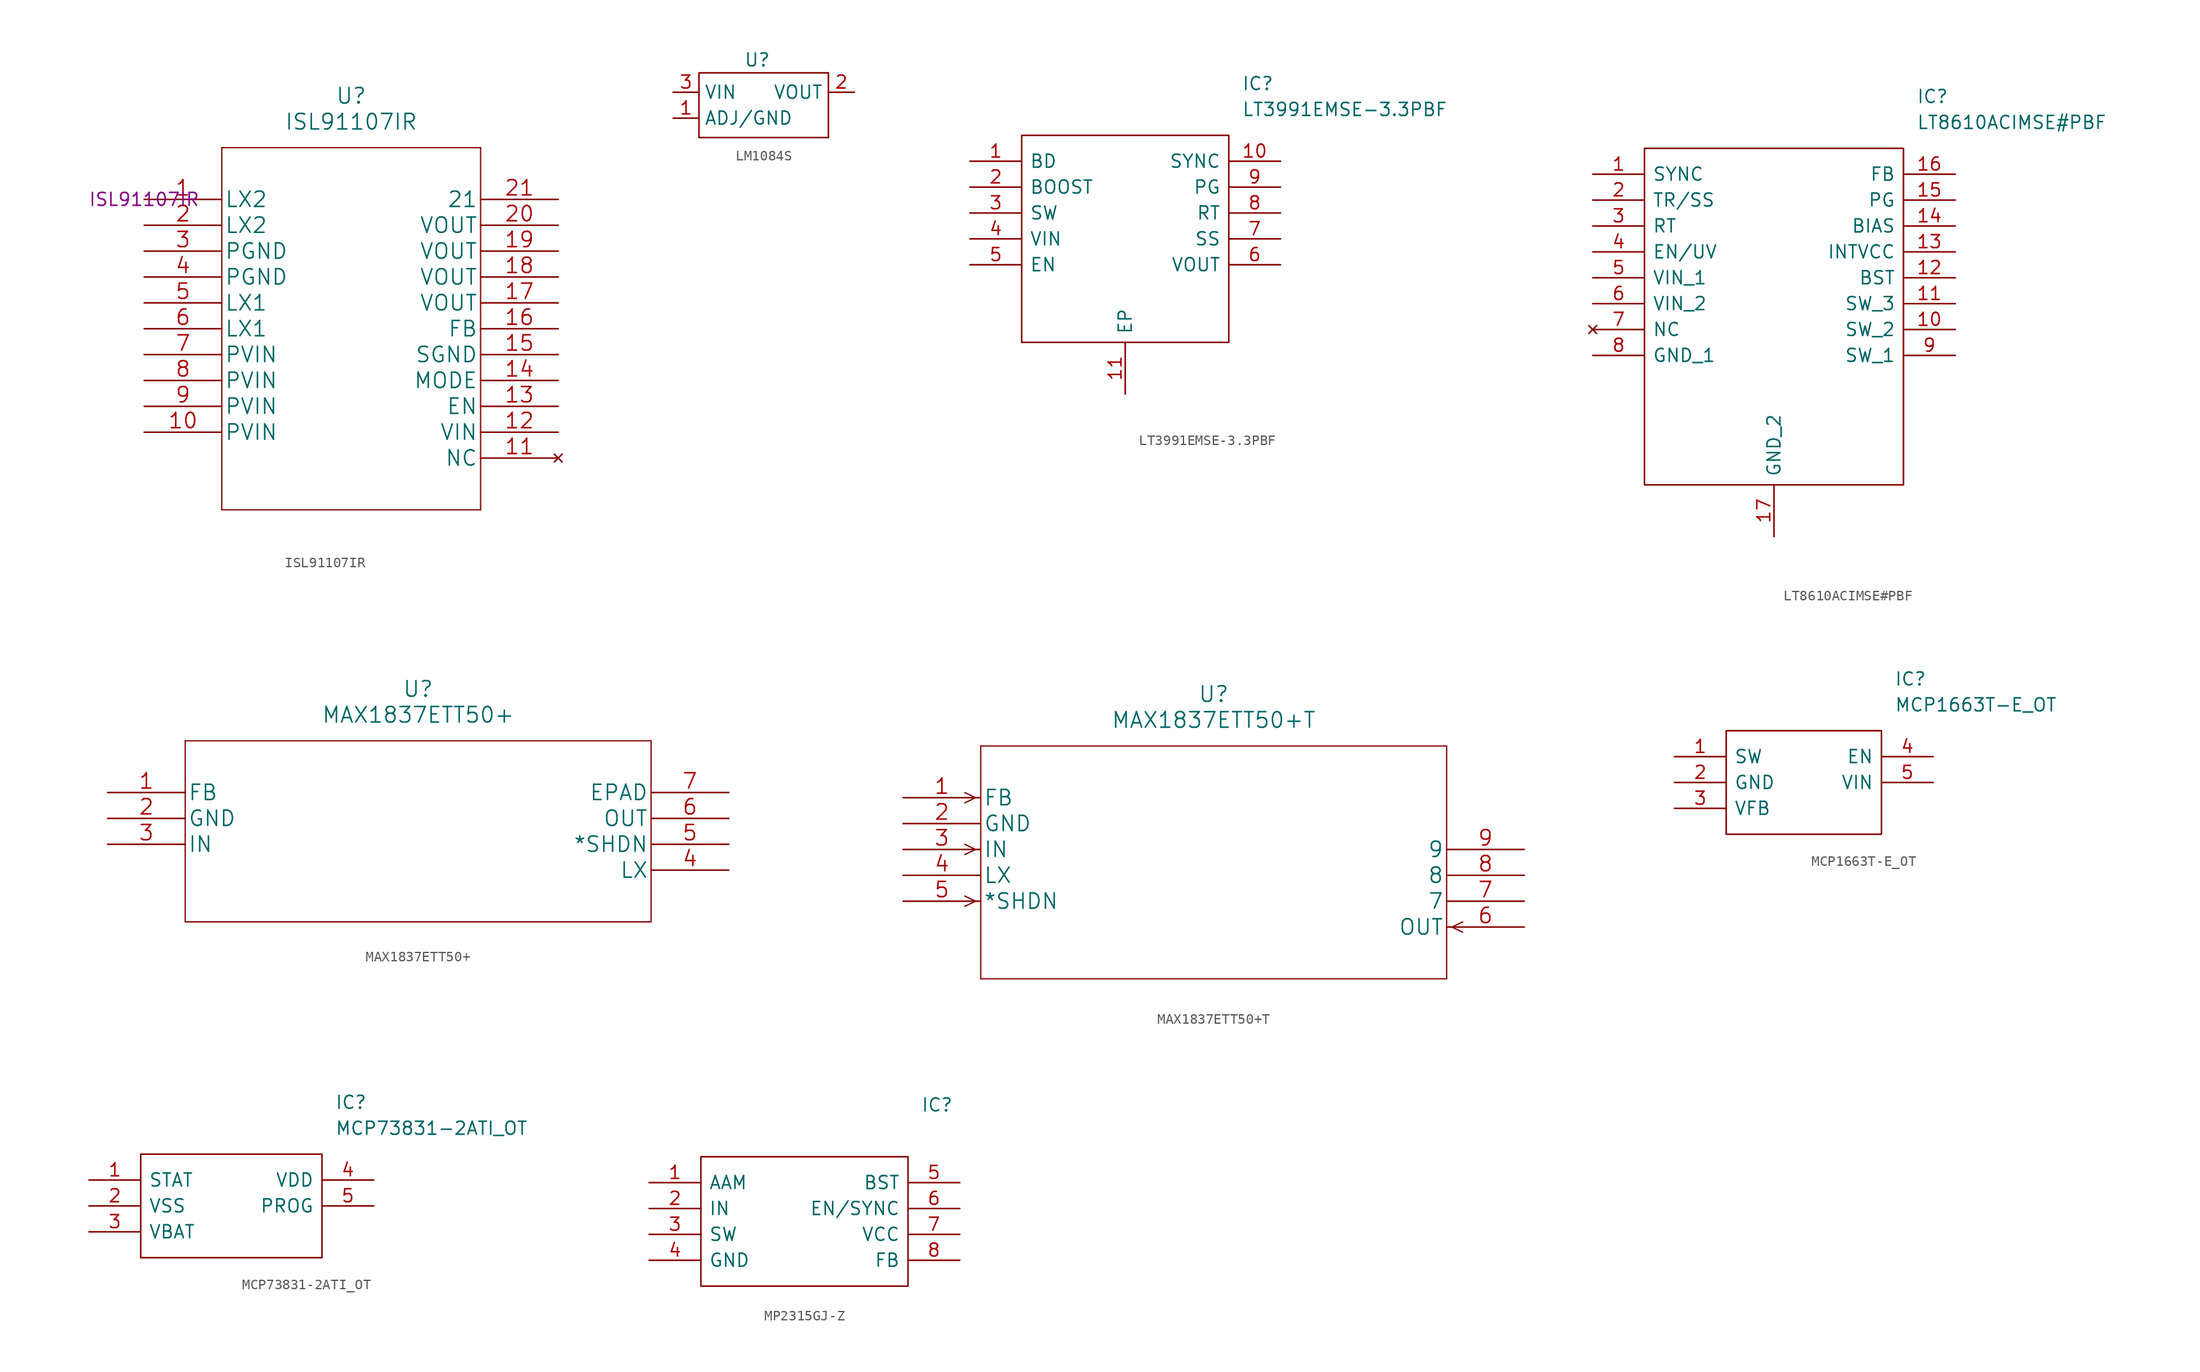
<source format=kicad_sym>
(kicad_symbol_lib
  (version 20220914)
  (generator kicad_symbol_editor)
  (symbol "ISL91107IR"
    (pin_names
      (offset 0.254))
    (property "Reference" "U"
      (at 20.32 10.16 0)
      (effects (font (size 1.524 1.524))))
    (property "Value" "ISL91107IR"
      (at 20.32 7.62 0)
      (effects (font (size 1.524 1.524))))
    (property "Datasheet" ""
      (at 0 0 0)
      (effects (font (size 1.524 1.524))))
    (property "MPN" "ISL91107IR"
      (at 0 0 0)
      (effects (font (size 1.27 1.27))))
    (symbol "ISL91107IR_1_1"
      (polyline (pts (xy 7.62 -30.48) (xy 33.02 -30.48)) (stroke (width 0.127) (type default)) (fill (type none)))
      (polyline (pts (xy 7.62 5.08) (xy 7.62 -30.48)) (stroke (width 0.127) (type default)) (fill (type none)))
      (polyline (pts (xy 33.02 -30.48) (xy 33.02 5.08)) (stroke (width 0.127) (type default)) (fill (type none)))
      (polyline (pts (xy 33.02 5.08) (xy 7.62 5.08)) (stroke (width 0.127) (type default)) (fill (type none)))
      (pin output line (at 0 0 0) (length 7.62) (name "LX2" (effects (font (size 1.499 1.499)))) (number "1" (effects (font (size 1.499 1.499)))))
      (pin input line (at 0 -22.86 0) (length 7.62) (name "PVIN" (effects (font (size 1.499 1.499)))) (number "10" (effects (font (size 1.499 1.499)))))
      (pin no_connect line (at 40.64 -25.4 180) (length 7.62) (name "NC" (effects (font (size 1.499 1.499)))) (number "11" (effects (font (size 1.499 1.499)))))
      (pin input line (at 40.64 -22.86 180) (length 7.62) (name "VIN" (effects (font (size 1.499 1.499)))) (number "12" (effects (font (size 1.499 1.499)))))
      (pin input line (at 40.64 -20.32 180) (length 7.62) (name "EN" (effects (font (size 1.499 1.499)))) (number "13" (effects (font (size 1.499 1.499)))))
      (pin input line (at 40.64 -17.78 180) (length 7.62) (name "MODE" (effects (font (size 1.499 1.499)))) (number "14" (effects (font (size 1.499 1.499)))))
      (pin power_in line (at 40.64 -15.24 180) (length 7.62) (name "SGND" (effects (font (size 1.499 1.499)))) (number "15" (effects (font (size 1.499 1.499)))))
      (pin unspecified line (at 40.64 -12.7 180) (length 7.62) (name "FB" (effects (font (size 1.499 1.499)))) (number "16" (effects (font (size 1.499 1.499)))))
      (pin output line (at 40.64 -10.16 180) (length 7.62) (name "VOUT" (effects (font (size 1.499 1.499)))) (number "17" (effects (font (size 1.499 1.499)))))
      (pin output line (at 40.64 -7.62 180) (length 7.62) (name "VOUT" (effects (font (size 1.499 1.499)))) (number "18" (effects (font (size 1.499 1.499)))))
      (pin output line (at 40.64 -5.08 180) (length 7.62) (name "VOUT" (effects (font (size 1.499 1.499)))) (number "19" (effects (font (size 1.499 1.499)))))
      (pin output line (at 0 -2.54 0) (length 7.62) (name "LX2" (effects (font (size 1.499 1.499)))) (number "2" (effects (font (size 1.499 1.499)))))
      (pin output line (at 40.64 -2.54 180) (length 7.62) (name "VOUT" (effects (font (size 1.499 1.499)))) (number "20" (effects (font (size 1.499 1.499)))))
      (pin unspecified line (at 40.64 0 180) (length 7.62) (name "21" (effects (font (size 1.499 1.499)))) (number "21" (effects (font (size 1.499 1.499)))))
      (pin power_in line (at 0 -5.08 0) (length 7.62) (name "PGND" (effects (font (size 1.499 1.499)))) (number "3" (effects (font (size 1.499 1.499)))))
      (pin power_in line (at 0 -7.62 0) (length 7.62) (name "PGND" (effects (font (size 1.499 1.499)))) (number "4" (effects (font (size 1.499 1.499)))))
      (pin input line (at 0 -10.16 0) (length 7.62) (name "LX1" (effects (font (size 1.499 1.499)))) (number "5" (effects (font (size 1.499 1.499)))))
      (pin input line (at 0 -12.7 0) (length 7.62) (name "LX1" (effects (font (size 1.499 1.499)))) (number "6" (effects (font (size 1.499 1.499)))))
      (pin input line (at 0 -15.24 0) (length 7.62) (name "PVIN" (effects (font (size 1.499 1.499)))) (number "7" (effects (font (size 1.499 1.499)))))
      (pin input line (at 0 -17.78 0) (length 7.62) (name "PVIN" (effects (font (size 1.499 1.499)))) (number "8" (effects (font (size 1.499 1.499)))))
      (pin input line (at 0 -20.32 0) (length 7.62) (name "PVIN" (effects (font (size 1.499 1.499)))) (number "9" (effects (font (size 1.499 1.499)))))))
  (symbol "LM1084S"
    (property "Reference" "U"
      (at -0.635 3.175 0)
      (effects (font (size 1.27 1.27))))
    (property "Value" ""
      (at -1.27 0 0)
      (effects (font (size 1.27 1.27))))
    (symbol "LM1084S_0_1"
      (rectangle (start -6.35 1.905) (end 6.35 -4.445) (stroke (width 0) (type default)) (fill (type none))))
    (symbol "LM1084S_1_0"
      (pin input line (at -8.89 0 0) (length 2.54) (name "VIN" (effects (font (size 1.27 1.27)))) (number "3" (effects (font (size 1.27 1.27))))))
    (symbol "LM1084S_1_1"
      (pin input line (at -8.89 -2.54 0) (length 2.54) (name "ADJ/GND" (effects (font (size 1.27 1.27)))) (number "1" (effects (font (size 1.27 1.27)))))
      (pin output line (at 8.89 0 180) (length 2.54) (name "VOUT" (effects (font (size 1.27 1.27)))) (number "2" (effects (font (size 1.27 1.27)))))))
  (symbol "LT3991EMSE-3.3PBF"
    (pin_names
      (offset 0.762))
    (property "Reference" "IC"
      (at 26.67 7.62 0)
      (effects (font (size 1.27 1.27)) (justify left)))
    (property "Value" "LT3991EMSE-3.3PBF"
      (at 26.67 5.08 0)
      (effects (font (size 1.27 1.27)) (justify left)))
    (symbol "LT3991EMSE-3.3PBF_0_0"
      (pin passive line (at 0 0 0) (length 5.08) (name "BD" (effects (font (size 1.27 1.27)))) (number "1" (effects (font (size 1.27 1.27)))))
      (pin passive line (at 30.48 0 180) (length 5.08) (name "SYNC" (effects (font (size 1.27 1.27)))) (number "10" (effects (font (size 1.27 1.27)))))
      (pin passive line (at 15.24 -22.86 90) (length 5.08) (name "EP" (effects (font (size 1.27 1.27)))) (number "11" (effects (font (size 1.27 1.27)))))
      (pin passive line (at 0 -2.54 0) (length 5.08) (name "BOOST" (effects (font (size 1.27 1.27)))) (number "2" (effects (font (size 1.27 1.27)))))
      (pin passive line (at 0 -5.08 0) (length 5.08) (name "SW" (effects (font (size 1.27 1.27)))) (number "3" (effects (font (size 1.27 1.27)))))
      (pin passive line (at 0 -7.62 0) (length 5.08) (name "VIN" (effects (font (size 1.27 1.27)))) (number "4" (effects (font (size 1.27 1.27)))))
      (pin passive line (at 0 -10.16 0) (length 5.08) (name "EN" (effects (font (size 1.27 1.27)))) (number "5" (effects (font (size 1.27 1.27)))))
      (pin passive line (at 30.48 -10.16 180) (length 5.08) (name "VOUT" (effects (font (size 1.27 1.27)))) (number "6" (effects (font (size 1.27 1.27)))))
      (pin passive line (at 30.48 -7.62 180) (length 5.08) (name "SS" (effects (font (size 1.27 1.27)))) (number "7" (effects (font (size 1.27 1.27)))))
      (pin passive line (at 30.48 -5.08 180) (length 5.08) (name "RT" (effects (font (size 1.27 1.27)))) (number "8" (effects (font (size 1.27 1.27)))))
      (pin passive line (at 30.48 -2.54 180) (length 5.08) (name "PG" (effects (font (size 1.27 1.27)))) (number "9" (effects (font (size 1.27 1.27))))))
    (symbol "LT3991EMSE-3.3PBF_0_1"
      (polyline (pts (xy 5.08 2.54) (xy 25.4 2.54) (xy 25.4 -17.78) (xy 5.08 -17.78) (xy 5.08 2.54)) (stroke (width 0.152) (type default)) (fill (type none)))))
  (symbol "LT8610ACIMSE#PBF"
    (pin_names
      (offset 0.762))
    (property "Reference" "IC"
      (at 31.75 7.62 0)
      (effects (font (size 1.27 1.27)) (justify left)))
    (property "Value" "LT8610ACIMSE#PBF"
      (at 31.75 5.08 0)
      (effects (font (size 1.27 1.27)) (justify left)))
    (symbol "LT8610ACIMSE#PBF_0_0"
      (pin passive line (at 0 0 0) (length 5.08) (name "SYNC" (effects (font (size 1.27 1.27)))) (number "1" (effects (font (size 1.27 1.27)))))
      (pin passive line (at 35.56 -15.24 180) (length 5.08) (name "SW_2" (effects (font (size 1.27 1.27)))) (number "10" (effects (font (size 1.27 1.27)))))
      (pin passive line (at 35.56 -12.7 180) (length 5.08) (name "SW_3" (effects (font (size 1.27 1.27)))) (number "11" (effects (font (size 1.27 1.27)))))
      (pin passive line (at 35.56 -10.16 180) (length 5.08) (name "BST" (effects (font (size 1.27 1.27)))) (number "12" (effects (font (size 1.27 1.27)))))
      (pin passive line (at 35.56 -7.62 180) (length 5.08) (name "INTVCC" (effects (font (size 1.27 1.27)))) (number "13" (effects (font (size 1.27 1.27)))))
      (pin passive line (at 35.56 -5.08 180) (length 5.08) (name "BIAS" (effects (font (size 1.27 1.27)))) (number "14" (effects (font (size 1.27 1.27)))))
      (pin passive line (at 35.56 -2.54 180) (length 5.08) (name "PG" (effects (font (size 1.27 1.27)))) (number "15" (effects (font (size 1.27 1.27)))))
      (pin passive line (at 35.56 0 180) (length 5.08) (name "FB" (effects (font (size 1.27 1.27)))) (number "16" (effects (font (size 1.27 1.27)))))
      (pin passive line (at 17.78 -35.56 90) (length 5.08) (name "GND_2" (effects (font (size 1.27 1.27)))) (number "17" (effects (font (size 1.27 1.27)))))
      (pin passive line (at 0 -2.54 0) (length 5.08) (name "TR/SS" (effects (font (size 1.27 1.27)))) (number "2" (effects (font (size 1.27 1.27)))))
      (pin passive line (at 0 -5.08 0) (length 5.08) (name "RT" (effects (font (size 1.27 1.27)))) (number "3" (effects (font (size 1.27 1.27)))))
      (pin passive line (at 0 -7.62 0) (length 5.08) (name "EN/UV" (effects (font (size 1.27 1.27)))) (number "4" (effects (font (size 1.27 1.27)))))
      (pin passive line (at 0 -10.16 0) (length 5.08) (name "VIN_1" (effects (font (size 1.27 1.27)))) (number "5" (effects (font (size 1.27 1.27)))))
      (pin passive line (at 0 -12.7 0) (length 5.08) (name "VIN_2" (effects (font (size 1.27 1.27)))) (number "6" (effects (font (size 1.27 1.27)))))
      (pin no_connect line (at 0 -15.24 0) (length 5.08) (name "NC" (effects (font (size 1.27 1.27)))) (number "7" (effects (font (size 1.27 1.27)))))
      (pin passive line (at 0 -17.78 0) (length 5.08) (name "GND_1" (effects (font (size 1.27 1.27)))) (number "8" (effects (font (size 1.27 1.27)))))
      (pin passive line (at 35.56 -17.78 180) (length 5.08) (name "SW_1" (effects (font (size 1.27 1.27)))) (number "9" (effects (font (size 1.27 1.27))))))
    (symbol "LT8610ACIMSE#PBF_0_1"
      (polyline (pts (xy 5.08 2.54) (xy 30.48 2.54) (xy 30.48 -30.48) (xy 5.08 -30.48) (xy 5.08 2.54)) (stroke (width 0.152) (type default)) (fill (type none)))))
  (symbol "MAX1837ETT50+"
    (pin_names
      (offset 0.254))
    (property "Reference" "U"
      (at 30.48 10.16 0)
      (effects (font (size 1.524 1.524))))
    (property "Value" "MAX1837ETT50+"
      (at 30.48 7.62 0)
      (effects (font (size 1.524 1.524))))
    (property "Datasheet" ""
      (at 0 0 0)
      (effects (font (size 1.524 1.524))))
    (symbol "MAX1837ETT50+_1_1"
      (polyline (pts (xy 7.62 -12.7) (xy 53.34 -12.7)) (stroke (width 0.127) (type default)) (fill (type none)))
      (polyline (pts (xy 7.62 5.08) (xy 7.62 -12.7)) (stroke (width 0.127) (type default)) (fill (type none)))
      (polyline (pts (xy 53.34 -12.7) (xy 53.34 5.08)) (stroke (width 0.127) (type default)) (fill (type none)))
      (polyline (pts (xy 53.34 5.08) (xy 7.62 5.08)) (stroke (width 0.127) (type default)) (fill (type none)))
      (pin bidirectional line (at 0 0 0) (length 7.62) (name "FB" (effects (font (size 1.499 1.499)))) (number "1" (effects (font (size 1.499 1.499)))))
      (pin power_in line (at 0 -2.54 0) (length 7.62) (name "GND" (effects (font (size 1.499 1.499)))) (number "2" (effects (font (size 1.499 1.499)))))
      (pin input line (at 0 -5.08 0) (length 7.62) (name "IN" (effects (font (size 1.499 1.499)))) (number "3" (effects (font (size 1.499 1.499)))))
      (pin bidirectional line (at 60.96 -7.62 180) (length 7.62) (name "LX" (effects (font (size 1.499 1.499)))) (number "4" (effects (font (size 1.499 1.499)))))
      (pin bidirectional line (at 60.96 -5.08 180) (length 7.62) (name "*SHDN" (effects (font (size 1.499 1.499)))) (number "5" (effects (font (size 1.499 1.499)))))
      (pin output line (at 60.96 -2.54 180) (length 7.62) (name "OUT" (effects (font (size 1.499 1.499)))) (number "6" (effects (font (size 1.499 1.499)))))
      (pin unspecified line (at 60.96 0 180) (length 7.62) (name "EPAD" (effects (font (size 1.499 1.499)))) (number "7" (effects (font (size 1.499 1.499)))))))
  (symbol "MAX1837ETT50+T"
    (pin_names
      (offset 0.254))
    (property "Reference" "U"
      (at 30.48 10.16 0)
      (effects (font (size 1.524 1.524))))
    (property "Value" "MAX1837ETT50+T"
      (at 30.48 7.62 0)
      (effects (font (size 1.524 1.524))))
    (property "Datasheet" ""
      (at 0 0 0)
      (effects (font (size 1.524 1.524))))
    (symbol "MAX1837ETT50+T_1_1"
      (polyline (pts (xy 7.112 -10.16) (xy 6.045 -10.668)) (stroke (width 0.127) (type default)) (fill (type none)))
      (polyline (pts (xy 7.112 -10.16) (xy 6.045 -9.652)) (stroke (width 0.127) (type default)) (fill (type none)))
      (polyline (pts (xy 7.112 -5.08) (xy 6.045 -5.588)) (stroke (width 0.127) (type default)) (fill (type none)))
      (polyline (pts (xy 7.112 -5.08) (xy 6.045 -4.572)) (stroke (width 0.127) (type default)) (fill (type none)))
      (polyline (pts (xy 7.112 0) (xy 6.045 -0.508)) (stroke (width 0.127) (type default)) (fill (type none)))
      (polyline (pts (xy 7.112 0) (xy 6.045 0.508)) (stroke (width 0.127) (type default)) (fill (type none)))
      (polyline (pts (xy 7.62 -17.78) (xy 53.34 -17.78)) (stroke (width 0.127) (type default)) (fill (type none)))
      (polyline (pts (xy 7.62 5.08) (xy 7.62 -17.78)) (stroke (width 0.127) (type default)) (fill (type none)))
      (polyline (pts (xy 53.34 -17.78) (xy 53.34 5.08)) (stroke (width 0.127) (type default)) (fill (type none)))
      (polyline (pts (xy 53.34 5.08) (xy 7.62 5.08)) (stroke (width 0.127) (type default)) (fill (type none)))
      (polyline (pts (xy 53.848 -12.7) (xy 54.915 -13.208)) (stroke (width 0.127) (type default)) (fill (type none)))
      (polyline (pts (xy 53.848 -12.7) (xy 54.915 -12.192)) (stroke (width 0.127) (type default)) (fill (type none)))
      (pin input line (at 0 0 0) (length 7.62) (name "FB" (effects (font (size 1.499 1.499)))) (number "1" (effects (font (size 1.499 1.499)))))
      (pin power_in line (at 0 -2.54 0) (length 7.62) (name "GND" (effects (font (size 1.499 1.499)))) (number "2" (effects (font (size 1.499 1.499)))))
      (pin input line (at 0 -5.08 0) (length 7.62) (name "IN" (effects (font (size 1.499 1.499)))) (number "3" (effects (font (size 1.499 1.499)))))
      (pin unspecified line (at 0 -7.62 0) (length 7.62) (name "LX" (effects (font (size 1.499 1.499)))) (number "4" (effects (font (size 1.499 1.499)))))
      (pin input line (at 0 -10.16 0) (length 7.62) (name "*SHDN" (effects (font (size 1.499 1.499)))) (number "5" (effects (font (size 1.499 1.499)))))
      (pin input line (at 60.96 -12.7 180) (length 7.62) (name "OUT" (effects (font (size 1.499 1.499)))) (number "6" (effects (font (size 1.499 1.499)))))
      (pin unspecified line (at 60.96 -10.16 180) (length 7.62) (name "7" (effects (font (size 1.499 1.499)))) (number "7" (effects (font (size 1.499 1.499)))))
      (pin unspecified line (at 60.96 -7.62 180) (length 7.62) (name "8" (effects (font (size 1.499 1.499)))) (number "8" (effects (font (size 1.499 1.499)))))
      (pin unspecified line (at 60.96 -5.08 180) (length 7.62) (name "9" (effects (font (size 1.499 1.499)))) (number "9" (effects (font (size 1.499 1.499)))))))
  (symbol "MCP1663T-E_OT"
    (pin_names
      (offset 0.762))
    (property "Reference" "IC"
      (at 21.59 7.62 0)
      (effects (font (size 1.27 1.27)) (justify left)))
    (property "Value" "MCP1663T-E_OT"
      (at 21.59 5.08 0)
      (effects (font (size 1.27 1.27)) (justify left)))
    (symbol "MCP1663T-E_OT_0_0"
      (pin passive line (at 0 0 0) (length 5.08) (name "SW" (effects (font (size 1.27 1.27)))) (number "1" (effects (font (size 1.27 1.27)))))
      (pin passive line (at 0 -2.54 0) (length 5.08) (name "GND" (effects (font (size 1.27 1.27)))) (number "2" (effects (font (size 1.27 1.27)))))
      (pin passive line (at 0 -5.08 0) (length 5.08) (name "VFB" (effects (font (size 1.27 1.27)))) (number "3" (effects (font (size 1.27 1.27)))))
      (pin passive line (at 25.4 0 180) (length 5.08) (name "EN" (effects (font (size 1.27 1.27)))) (number "4" (effects (font (size 1.27 1.27)))))
      (pin passive line (at 25.4 -2.54 180) (length 5.08) (name "VIN" (effects (font (size 1.27 1.27)))) (number "5" (effects (font (size 1.27 1.27))))))
    (symbol "MCP1663T-E_OT_0_1"
      (polyline (pts (xy 5.08 2.54) (xy 20.32 2.54) (xy 20.32 -7.62) (xy 5.08 -7.62) (xy 5.08 2.54)) (stroke (width 0.152) (type solid)) (fill (type none)))))
  (symbol "MCP73831-2ATI_OT"
    (pin_names
      (offset 0.762))
    (property "Reference" "IC"
      (at 24.13 7.62 0)
      (effects (font (size 1.27 1.27)) (justify left)))
    (property "Value" "MCP73831-2ATI_OT"
      (at 24.13 5.08 0)
      (effects (font (size 1.27 1.27)) (justify left)))
    (symbol "MCP73831-2ATI_OT_0_0"
      (pin passive line (at 0 0 0) (length 5.08) (name "STAT" (effects (font (size 1.27 1.27)))) (number "1" (effects (font (size 1.27 1.27)))))
      (pin passive line (at 0 -2.54 0) (length 5.08) (name "VSS" (effects (font (size 1.27 1.27)))) (number "2" (effects (font (size 1.27 1.27)))))
      (pin passive line (at 0 -5.08 0) (length 5.08) (name "VBAT" (effects (font (size 1.27 1.27)))) (number "3" (effects (font (size 1.27 1.27)))))
      (pin passive line (at 27.94 0 180) (length 5.08) (name "VDD" (effects (font (size 1.27 1.27)))) (number "4" (effects (font (size 1.27 1.27)))))
      (pin passive line (at 27.94 -2.54 180) (length 5.08) (name "PROG" (effects (font (size 1.27 1.27)))) (number "5" (effects (font (size 1.27 1.27))))))
    (symbol "MCP73831-2ATI_OT_0_1"
      (polyline (pts (xy 5.08 2.54) (xy 22.86 2.54) (xy 22.86 -7.62) (xy 5.08 -7.62) (xy 5.08 2.54)) (stroke (width 0.152) (type default)) (fill (type none)))))
  (symbol "MP2315GJ-Z"
    (pin_names
      (offset 0.762))
    (property "Reference" "IC"
      (at 26.67 7.62 0)
      (effects (font (size 1.27 1.27)) (justify left)))
    (symbol "MP2315GJ-Z_0_0"
      (pin passive line (at 0 0 0) (length 5.08) (name "AAM" (effects (font (size 1.27 1.27)))) (number "1" (effects (font (size 1.27 1.27)))))
      (pin input line (at 0 -2.54 0) (length 5.08) (name "IN" (effects (font (size 1.27 1.27)))) (number "2" (effects (font (size 1.27 1.27)))))
      (pin passive line (at 0 -5.08 0) (length 5.08) (name "SW" (effects (font (size 1.27 1.27)))) (number "3" (effects (font (size 1.27 1.27)))))
      (pin power_in line (at 0 -7.62 0) (length 5.08) (name "GND" (effects (font (size 1.27 1.27)))) (number "4" (effects (font (size 1.27 1.27)))))
      (pin passive line (at 30.48 0 180) (length 5.08) (name "BST" (effects (font (size 1.27 1.27)))) (number "5" (effects (font (size 1.27 1.27)))))
      (pin passive line (at 30.48 -2.54 180) (length 5.08) (name "EN/SYNC" (effects (font (size 1.27 1.27)))) (number "6" (effects (font (size 1.27 1.27)))))
      (pin passive line (at 30.48 -5.08 180) (length 5.08) (name "VCC" (effects (font (size 1.27 1.27)))) (number "7" (effects (font (size 1.27 1.27)))))
      (pin passive line (at 30.48 -7.62 180) (length 5.08) (name "FB" (effects (font (size 1.27 1.27)))) (number "8" (effects (font (size 1.27 1.27))))))
    (symbol "MP2315GJ-Z_0_1"
      (polyline (pts (xy 5.08 2.54) (xy 25.4 2.54) (xy 25.4 -10.16) (xy 5.08 -10.16) (xy 5.08 2.54)) (stroke (width 0.152) (type default)) (fill (type none))))))
</source>
